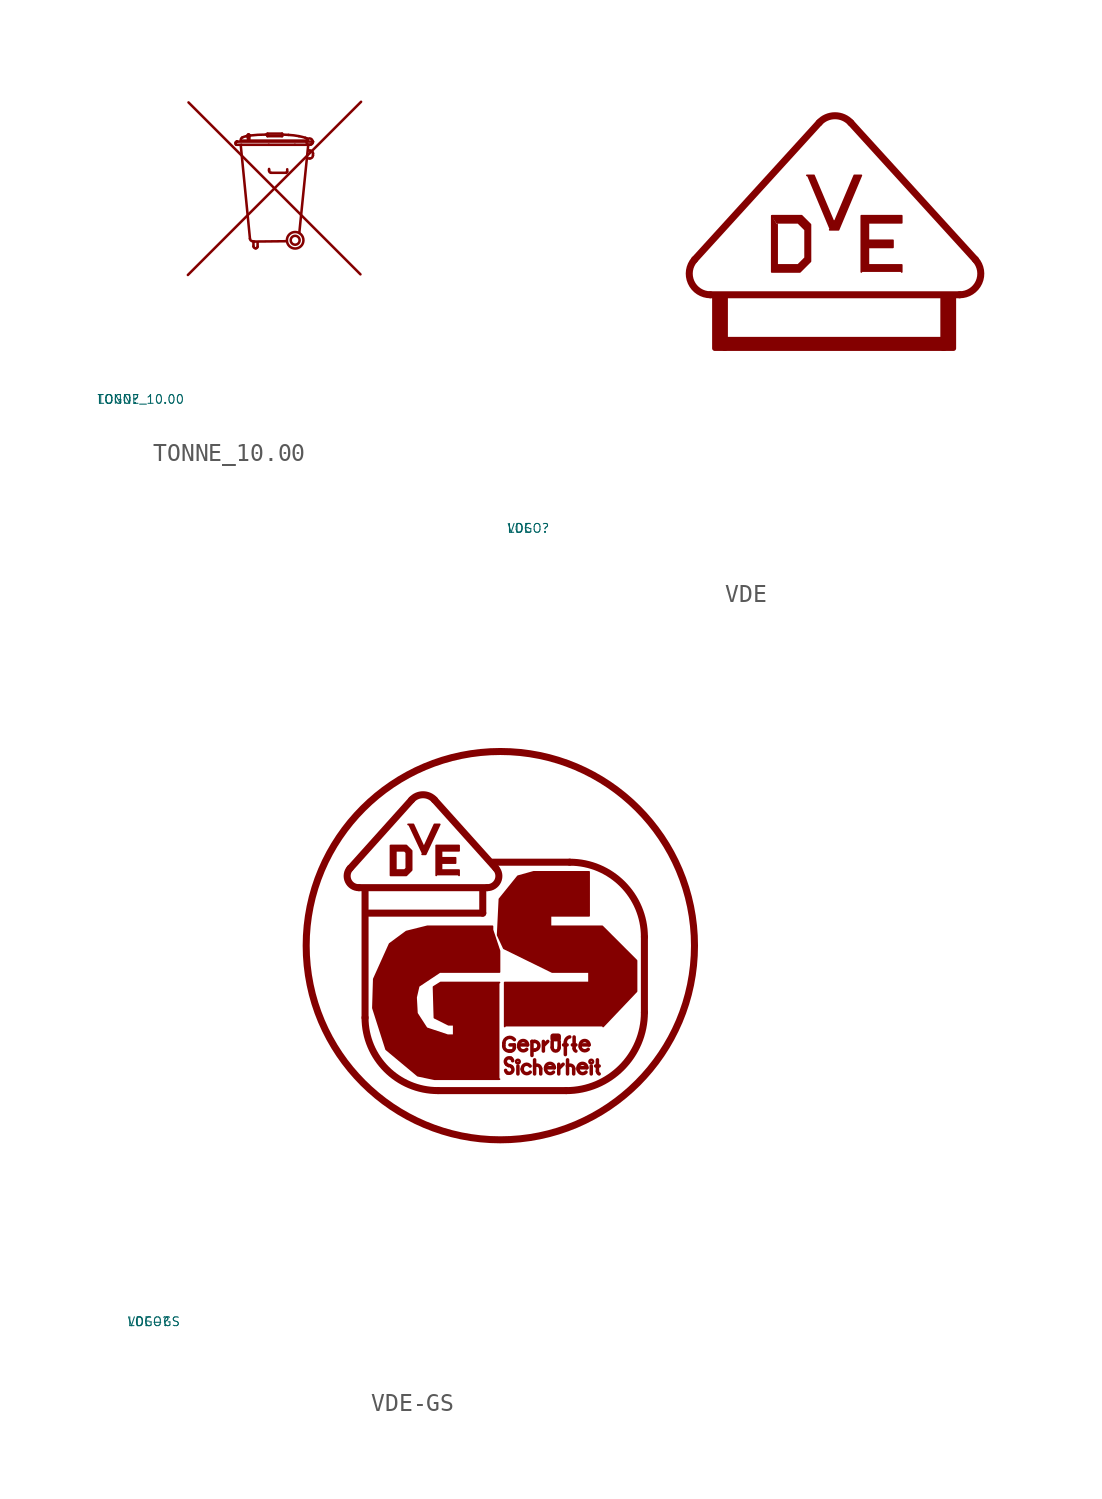
<source format=kicad_sym>
(kicad_symbol_lib
  (version 20220914)
  (generator Eagle2Kicad)
  (symbol "TONNE_10.00"
    (property "Reference" "LOGO"
      (at -10 -10 0)
      (effects (font (size 0.5 0.5) (thickness 0.06)) (justify left)))
    (property "Value" "TONNE_10.00"
      (at -10 -10 0)
      (effects (font (size 0.5 0.5) (thickness 0.06)) (justify left)))
    (polyline
      (pts (xy -4.814 -2.932) (xy 5.031 6.913))
      (stroke (width 0.145) (type default))
      (fill (type none)))
    (polyline
      (pts (xy -4.778 6.877) (xy 4.995 -2.896))
      (stroke (width 0.145) (type default))
      (fill (type none)))
    (polyline
      (pts (xy -0.29 5.049) (xy -0.38 5.049))
      (stroke (width 0.145) (type default))
      (fill (type none)))
    (arc
      (start -0.38 5.0491)
      (mid -0.833 5.036)
      (end -1.2849 4.9948)
      (stroke (width 0.1448) (type default))
      (fill (type none)))
    (arc
      (start -1.2849 4.9948)
      (mid -1.394 4.979)
      (end -1.5021 4.9586)
      (stroke (width 0.1448) (type default))
      (fill (type none)))
    (arc
      (start -1.5021 4.9586)
      (mid -1.613 4.928)
      (end -1.7192 4.8862)
      (stroke (width 0.1448) (type default))
      (fill (type none)))
    (arc
      (start -1.7192 4.8862)
      (mid -1.796 4.812)
      (end -1.8097 4.7052)
      (stroke (width 0.1448) (type default))
      (fill (type none)))
    (polyline
      (pts (xy -1.393 4.741) (xy -1.412 4.922))
      (stroke (width 0.145) (type default))
      (fill (type none)))
    (arc
      (start -1.4116 5.031)
      (mid -1.414 4.977)
      (end -1.4116 4.9224)
      (stroke (width 0.1448) (type default))
      (fill (type none)))
    (arc
      (start -1.3211 5.031)
      (mid -1.366 5.072)
      (end -1.4116 5.031)
      (stroke (width 0.1448) (type default))
      (fill (type none)))
    (arc
      (start -1.3211 4.7595)
      (mid -1.314 4.895)
      (end -1.3211 5.031)
      (stroke (width 0.1448) (type default))
      (fill (type none)))
    (polyline
      (pts (xy 0.561 5.049) (xy 0.905 5.031))
      (stroke (width 0.145) (type default))
      (fill (type none)))
    (arc
      (start 1.5021 4.9586)
      (mid 1.205 5.005)
      (end 0.9049 5.031)
      (stroke (width 0.1448) (type default))
      (fill (type none)))
    (arc
      (start 1.864 4.8681)
      (mid 1.684 4.918)
      (end 1.5021 4.9586)
      (stroke (width 0.1448) (type default))
      (fill (type none)))
    (arc
      (start 1.9726 4.8138)
      (mid 1.921 4.845)
      (end 1.864 4.8681)
      (stroke (width 0.1448) (type default))
      (fill (type none)))
    (arc
      (start 2.0088 4.7052)
      (mid 2.008 4.765)
      (end 1.9726 4.8138)
      (stroke (width 0.1448) (type default))
      (fill (type none)))
    (polyline
      (pts (xy 1.954 4.705) (xy -1.792 4.705))
      (stroke (width 0.145) (type default))
      (fill (type none)))
    (polyline
      (pts (xy -2.027 4.651) (xy -2.009 4.651))
      (stroke (width 0.145) (type default))
      (fill (type none)))
    (polyline
      (pts (xy -2.009 4.651) (xy 2.298 4.651))
      (stroke (width 0.145) (type default))
      (fill (type none)))
    (polyline
      (pts (xy 2.298 4.651) (xy 2.298 4.633))
      (stroke (width 0.145) (type default))
      (fill (type none)))
    (arc
      (start 2.1355 4.47)
      (mid 2.251 4.518)
      (end 2.2983 4.6328)
      (stroke (width 0.1448) (type default))
      (fill (type none)))
    (polyline
      (pts (xy 2.135 4.47) (xy 1.267 4.47))
      (stroke (width 0.145) (type default))
      (fill (type none)))
    (polyline
      (pts (xy 1.267 4.47) (xy -0.217 4.47))
      (stroke (width 0.145) (type default))
      (fill (type none)))
    (polyline
      (pts (xy -0.217 4.47) (xy -1.774 4.47))
      (stroke (width 0.145) (type default))
      (fill (type none)))
    (polyline
      (pts (xy -1.774 4.47) (xy -2.063 4.47))
      (stroke (width 0.145) (type default))
      (fill (type none)))
    (arc
      (start -2.0993 4.5062)
      (mid -2.089 4.481)
      (end -2.0631 4.47)
      (stroke (width 0.1448) (type default))
      (fill (type none)))
    (polyline
      (pts (xy -2.099 4.506) (xy -2.099 4.561))
      (stroke (width 0.145) (type default))
      (fill (type none)))
    (polyline
      (pts (xy -2.099 4.561) (xy -2.099 4.597))
      (stroke (width 0.145) (type default))
      (fill (type none)))
    (arc
      (start -2.045 4.6509)
      (mid -2.083 4.635)
      (end -2.0993 4.5967)
      (stroke (width 0.1448) (type default))
      (fill (type none)))
    (polyline
      (pts (xy -2.045 4.651) (xy -2.027 4.651))
      (stroke (width 0.145) (type default))
      (fill (type none)))
    (polyline
      (pts (xy -2.027 4.651) (xy -2.009 4.651))
      (stroke (width 0.145) (type default))
      (fill (type none)))
    (polyline
      (pts (xy -1.81 4.452) (xy -1.285 -0.869))
      (stroke (width 0.145) (type default))
      (fill (type none)))
    (arc
      (start -1.2849 -0.8687)
      (mid -1.238 -0.967)
      (end -1.1401 -1.0134)
      (stroke (width 0.1448) (type default))
      (fill (type none)))
    (arc
      (start -1.0315 -1.0315)
      (mid -1.085 -1.021)
      (end -1.1401 -1.0134)
      (stroke (width 0.1448) (type default))
      (fill (type none)))
    (polyline
      (pts (xy -1.032 -1.032) (xy 0.796 -1.013))
      (stroke (width 0.145) (type default))
      (fill (type none)))
    (polyline
      (pts (xy -1.086 -1.068) (xy -1.086 -1.303))
      (stroke (width 0.145) (type default))
      (fill (type none)))
    (arc
      (start -1.0858 -1.303)
      (mid -1.054 -1.380)
      (end -0.9772 -1.4116)
      (stroke (width 0.1448) (type default))
      (fill (type none)))
    (polyline
      (pts (xy -0.977 -1.412) (xy -0.941 -1.412))
      (stroke (width 0.145) (type default))
      (fill (type none)))
    (arc
      (start -0.941 -1.4116)
      (mid -0.877 -1.385)
      (end -0.8506 -1.3211)
      (stroke (width 0.1448) (type default))
      (fill (type none)))
    (polyline
      (pts (xy -0.851 -1.321) (xy -0.851 -1.068))
      (stroke (width 0.145) (type default))
      (fill (type none)))
    (polyline
      (pts (xy 1.52 -0.543) (xy 2.027 4.452))
      (stroke (width 0.145) (type default))
      (fill (type none)))
    (polyline
      (pts (xy 1.991 3.692) (xy 2.117 3.692))
      (stroke (width 0.145) (type default))
      (fill (type none)))
    (arc
      (start 2.1174 3.6918)
      (mid 2.245 3.745)
      (end 2.2983 3.8728)
      (stroke (width 0.1448) (type default))
      (fill (type none)))
    (polyline
      (pts (xy 2.298 3.873) (xy 2.298 3.981))
      (stroke (width 0.145) (type default))
      (fill (type none)))
    (arc
      (start 2.2983 3.9814)
      (mid 2.237 4.110)
      (end 2.0993 4.1442)
      (stroke (width 0.1448) (type default))
      (fill (type none)))
    (arc
      (start 2.0269 4.1442)
      (mid 2.063 4.141)
      (end 2.0993 4.1442)
      (stroke (width 0.1448) (type default))
      (fill (type none)))
    (polyline
      (pts (xy -0.199 3.095) (xy -0.199 3.04))
      (stroke (width 0.145) (type default))
      (fill (type none)))
    (polyline
      (pts (xy -0.199 3.04) (xy -0.199 2.986))
      (stroke (width 0.145) (type default))
      (fill (type none)))
    (arc
      (start -0.1991 2.986)
      (mid -0.167 2.909)
      (end -0.0905 2.8774)
      (stroke (width 0.1448) (type default))
      (fill (type none)))
    (polyline
      (pts (xy -0.09 2.877) (xy 0.76 2.877))
      (stroke (width 0.145) (type default))
      (fill (type none)))
    (arc
      (start 0.7601 2.8774)
      (mid 0.811 2.899)
      (end 0.8325 2.9498)
      (stroke (width 0.1448) (type default))
      (fill (type none)))
    (polyline
      (pts (xy 0.833 2.95) (xy 0.833 3.076))
      (stroke (width 0.145) (type default))
      (fill (type none)))
    (polyline
      (pts (xy -0.29 5.103) (xy 0.543 5.103))
      (stroke (width 0.145) (type default))
      (fill (type none)))
    (polyline
      (pts (xy 0.543 5.103) (xy 0.543 4.959))
      (stroke (width 0.145) (type default))
      (fill (type none)))
    (polyline
      (pts (xy 0.543 4.959) (xy -0.29 4.959))
      (stroke (width 0.145) (type default))
      (fill (type none)))
    (polyline
      (pts (xy -0.29 4.959) (xy -0.29 5.103))
      (stroke (width 0.145) (type default))
      (fill (type none)))
    (circle
      (center 1.285 -0.959)
      (radius 0.47)
      (stroke (width 0.145) (type default))
      (fill (type none)))
    (circle
      (center 1.285 -0.959)
      (radius 0.253)
      (stroke (width 0.145) (type default))
      (fill (type none)))
    (circle
      (center 2.099 4.651)
      (radius 0.181)
      (stroke (width 0.145) (type default))
      (fill (type none))))
  (symbol "VDE"
    (property "Reference" "LOGO"
      (at -10 -10 0)
      (effects (font (size 0.5 0.5) (thickness 0.06)) (justify left)))
    (property "Value" "VDE"
      (at -10 -10 0)
      (effects (font (size 0.5 0.5) (thickness 0.06)) (justify left)))
    (polyline
      (pts (xy 7.1 10.1) (xy 7.5 10.1) (xy 8.6 7.5) (xy 8.7 7.5) (xy 9.8 10.1) (xy 10.2 10.1) (xy 8.9 7) (xy 8.4 7))
      (stroke (width 0.1) (type default))
      (fill (type outline)))
    (polyline
      (pts (xy 5.1 7.8) (xy 5.1 4.6) (xy 6.7 4.6) (xy 7.3 5.2) (xy 7.3 7.3) (xy 6.8 7.8) (xy 5.125 7.8) (xy 5.4 7.4) (xy 6.6 7.4) (xy 7 7) (xy 7 5.4) (xy 6.6 5) (xy 5.4 5) (xy 5.4 7.3))
      (stroke (width 0.1) (type default))
      (fill (type outline)))
    (polyline
      (pts (xy 10.2 4.6) (xy 10.2 7.8) (xy 12.5 7.8) (xy 12.5 7.4) (xy 10.6 7.4) (xy 10.6 6.4) (xy 12 6.4) (xy 12 6) (xy 10.6 6) (xy 10.6 5) (xy 12.5 5) (xy 12.5 4.6))
      (stroke (width 0.1) (type default))
      (fill (type outline)))
    (polyline
      (pts (xy 1.6 3.3) (xy 15.8 3.3))
      (stroke (width 0.4) (type default))
      (fill (type none)))
    (arc
      (start 15.8 3.3)
      (mid 16.897 4.009)
      (end 16.7 5.3)
      (stroke (width 0.4) (type default))
      (fill (type none)))
    (polyline
      (pts (xy 16.7 5.3) (xy 9.6 13.1))
      (stroke (width 0.4) (type default))
      (fill (type none)))
    (arc
      (start 9.6 13.1)
      (mid 8.700 13.498)
      (end 7.8 13.1)
      (stroke (width 0.4) (type default))
      (fill (type none)))
    (polyline
      (pts (xy 7.8 13.1) (xy 0.7 5.3))
      (stroke (width 0.4) (type default))
      (fill (type none)))
    (arc
      (start 0.7 5.3)
      (mid 0.503 4.009)
      (end 1.6 3.3)
      (stroke (width 0.4) (type default))
      (fill (type none)))
    (rectangle
      (start 1.85 0.25)
      (end 2.45 3.15)
      (stroke (width 0.3) (type default))
      (fill (type outline)))
    (rectangle
      (start 2.4 0.25)
      (end 14.925 0.75)
      (stroke (width 0.3) (type default))
      (fill (type outline)))
    (rectangle
      (start 14.85 0.25)
      (end 15.45 3.15)
      (stroke (width 0.3) (type default))
      (fill (type outline))))
  (symbol "VDE-GS"
    (property "Reference" "LOGO"
      (at -10 -10 0)
      (effects (font (size 0.5 0.5) (thickness 0.06)) (justify left)))
    (property "Value" "VDE-GS"
      (at -10 -10 0)
      (effects (font (size 0.5 0.5) (thickness 0.06)) (justify left)))
    (polyline
      (pts (xy 6 18.3) (xy 6.3 18.3) (xy 6.9 17) (xy 7.5 18.3) (xy 7.8 18.3) (xy 7 16.6) (xy 6.8 16.6))
      (stroke (width 0.1) (type default))
      (fill (type outline)))
    (polyline
      (pts (xy 5 17.1) (xy 5 15.4) (xy 5.9 15.4) (xy 6.2 15.7) (xy 6.2 16.8) (xy 5.9 17.1) (xy 5.025 17.1) (xy 5.325 16.8) (xy 5.8 16.8) (xy 5.9 16.7) (xy 5.9 15.8) (xy 5.8 15.7) (xy 5.3 15.7) (xy 5.3 16.8))
      (stroke (width 0.1) (type default))
      (fill (type outline)))
    (polyline
      (pts (xy 7.6 15.4) (xy 7.6 17.1) (xy 8.9 17.1) (xy 8.9 16.8) (xy 7.9 16.8) (xy 7.9 16.4) (xy 8.7 16.4) (xy 8.7 16.1) (xy 7.9 16.1) (xy 7.9 15.7) (xy 8.9 15.7) (xy 8.9 15.4))
      (stroke (width 0.1) (type default))
      (fill (type outline)))
    (polyline
      (pts (xy 11.2 3.8) (xy 7.5 3.8) (xy 6.55 4) (xy 4.75 5.5) (xy 4 7.85) (xy 4.05 9.5) (xy 4.95 11.5) (xy 5.9 12.2) (xy 7.1 12.5) (xy 10.8 12.5) (xy 10.8 12.3) (xy 11.2 11.1) (xy 11.2 9.9) (xy 7.8 9.9) (xy 6.6 9.1) (xy 6.45 8.45) (xy 6.5 7.55) (xy 7.05 6.7) (xy 8.25 6.3) (xy 8.6 6.3) (xy 8.6 6.9) (xy 8.3 6.9) (xy 7.5 7.3) (xy 7.45 9.05) (xy 7.85 9.3) (xy 11.2 9.3))
      (stroke (width 0.1) (type default))
      (fill (type outline)))
    (polyline
      (pts (xy 11.5 6.8) (xy 11.5 9.3) (xy 16.25 9.3) (xy 16.3 9.3) (xy 16.3 9.9) (xy 14.2 9.9) (xy 11.45 11.25) (xy 11.1 12) (xy 11.2 14.05) (xy 12.25 15.35) (xy 13.15 15.6) (xy 16.3 15.6) (xy 16.3 13.1) (xy 14.15 13.1) (xy 14.1 13.1) (xy 14.1 12.5) (xy 17.05 12.5) (xy 19 10.55) (xy 19 8.8) (xy 17.1 6.8))
      (stroke (width 0.1) (type default))
      (fill (type outline)))
    (polyline
      (pts (xy 3.2 14.7) (xy 10.5 14.7))
      (stroke (width 0.4) (type default))
      (fill (type none)))
    (arc
      (start 10.5 14.7)
      (mid 11.104 15.089)
      (end 11 15.8)
      (stroke (width 0.4) (type default))
      (fill (type none)))
    (polyline
      (pts (xy 11 15.8) (xy 7.5 19.7))
      (stroke (width 0.4) (type default))
      (fill (type none)))
    (polyline
      (pts (xy 6.2 19.7) (xy 2.7 15.8))
      (stroke (width 0.4) (type default))
      (fill (type none)))
    (arc
      (start 2.7 15.8)
      (mid 2.596 15.089)
      (end 3.2 14.7)
      (stroke (width 0.4) (type default))
      (fill (type none)))
    (arc
      (start 7.5 19.7)
      (mid 6.850 19.990)
      (end 6.2 19.7)
      (stroke (width 0.4) (type default))
      (fill (type none)))
    (polyline
      (pts (xy 3.55 14.5) (xy 3.55 7.3))
      (stroke (width 0.4) (type default))
      (fill (type none)))
    (arc
      (start 3.55 7.3)
      (mid 4.766 4.366)
      (end 7.7 3.15)
      (stroke (width 0.4) (type default))
      (fill (type none)))
    (polyline
      (pts (xy 7.7 3.15) (xy 15 3.15))
      (stroke (width 0.4) (type default))
      (fill (type none)))
    (arc
      (start 15 3.15)
      (mid 18.147 4.453)
      (end 19.45 7.6)
      (stroke (width 0.4) (type default))
      (fill (type none)))
    (polyline
      (pts (xy 19.45 7.6) (xy 19.45 11.9))
      (stroke (width 0.4) (type default))
      (fill (type none)))
    (arc
      (start 19.45 11.9)
      (mid 18.205 14.905)
      (end 15.2 16.15)
      (stroke (width 0.4) (type default))
      (fill (type none)))
    (polyline
      (pts (xy 15.2 16.15) (xy 10.8 16.15))
      (stroke (width 0.4) (type default))
      (fill (type none)))
    (polyline
      (pts (xy 3.75 13.25) (xy 10.25 13.25))
      (stroke (width 0.4) (type default))
      (fill (type none)))
    (polyline
      (pts (xy 10.25 13.25) (xy 10.25 14.6))
      (stroke (width 0.4) (type default))
      (fill (type none)))
    (polyline
      (pts (xy 11.8 5.75) (xy 12.05 5.75))
      (stroke (width 0.2) (type default))
      (fill (type none)))
    (polyline
      (pts (xy 12.05 5.75) (xy 12.05 5.6))
      (stroke (width 0.2) (type default))
      (fill (type none)))
    (arc
      (start 11.85 5.4)
      (mid 11.991 5.459)
      (end 12.05 5.6)
      (stroke (width 0.2) (type default))
      (fill (type none)))
    (polyline
      (pts (xy 11.85 5.4) (xy 11.75 5.4))
      (stroke (width 0.2) (type default))
      (fill (type none)))
    (arc
      (start 11.45 5.7)
      (mid 11.538 5.488)
      (end 11.75 5.4)
      (stroke (width 0.2) (type default))
      (fill (type none)))
    (polyline
      (pts (xy 11.45 5.7) (xy 11.45 5.85))
      (stroke (width 0.2) (type default))
      (fill (type none)))
    (arc
      (start 12.05 6.05)
      (mid 11.678 6.166)
      (end 11.45 5.85)
      (stroke (width 0.2) (type default))
      (fill (type none)))
    (polyline
      (pts (xy 12.45 5.75) (xy 12.8 5.75))
      (stroke (width 0.2) (type default))
      (fill (type none)))
    (arc
      (start 12.8 5.75)
      (mid 12.550 6.000)
      (end 12.3 5.75)
      (stroke (width 0.2) (type default))
      (fill (type none)))
    (polyline
      (pts (xy 12.3 5.75) (xy 12.3 5.65))
      (stroke (width 0.2) (type default))
      (fill (type none)))
    (arc
      (start 12.3 5.65)
      (mid 12.476 5.429)
      (end 12.75 5.5)
      (stroke (width 0.2) (type default))
      (fill (type none)))
    (polyline
      (pts (xy 13.05 5.95) (xy 13.05 5.15))
      (stroke (width 0.2) (type default))
      (fill (type none)))
    (polyline
      (pts (xy 13.05 5.95) (xy 13.2 5.95))
      (stroke (width 0.2) (type default))
      (fill (type none)))
    (arc
      (start 13.2 5.45)
      (mid 13.450 5.700)
      (end 13.2 5.95)
      (stroke (width 0.2) (type default))
      (fill (type none)))
    (polyline
      (pts (xy 13.2 5.45) (xy 13.15 5.45))
      (stroke (width 0.2) (type default))
      (fill (type none)))
    (polyline
      (pts (xy 13.7 5.4) (xy 13.7 5.95))
      (stroke (width 0.2) (type default))
      (fill (type none)))
    (polyline
      (pts (xy 13.95 5.95) (xy 13.75 5.75))
      (stroke (width 0.2) (type default))
      (fill (type none)))
    (polyline
      (pts (xy 14.2 5.95) (xy 14.2 5.6))
      (stroke (width 0.2) (type default))
      (fill (type none)))
    (arc
      (start 14.2 5.6)
      (mid 14.400 5.400)
      (end 14.6 5.6)
      (stroke (width 0.2) (type default))
      (fill (type none)))
    (polyline
      (pts (xy 14.6 5.6) (xy 14.6 5.95))
      (stroke (width 0.2) (type default))
      (fill (type none)))
    (polyline
      (pts (xy 14.95 5.2) (xy 14.95 5.9))
      (stroke (width 0.2) (type default))
      (fill (type none)))
    (arc
      (start 15.2 6.2)
      (mid 15.021 6.095)
      (end 14.95 5.9)
      (stroke (width 0.2) (type default))
      (fill (type none)))
    (polyline
      (pts (xy 14.85 5.75) (xy 15.05 5.75))
      (stroke (width 0.2) (type default))
      (fill (type none)))
    (polyline
      (pts (xy 15.45 6.2) (xy 15.45 5.55))
      (stroke (width 0.2) (type default))
      (fill (type none)))
    (arc
      (start 15.45 5.55)
      (mid 15.477 5.460)
      (end 15.55 5.4)
      (stroke (width 0.2) (type default))
      (fill (type none)))
    (polyline
      (pts (xy 15.35 5.75) (xy 15.55 5.75))
      (stroke (width 0.2) (type default))
      (fill (type none)))
    (polyline
      (pts (xy 15.95 5.75) (xy 16.3 5.75))
      (stroke (width 0.2) (type default))
      (fill (type none)))
    (arc
      (start 16.3 5.75)
      (mid 16.050 6.000)
      (end 15.8 5.75)
      (stroke (width 0.2) (type default))
      (fill (type none)))
    (polyline
      (pts (xy 15.8 5.75) (xy 15.8 5.65))
      (stroke (width 0.2) (type default))
      (fill (type none)))
    (arc
      (start 15.8 5.65)
      (mid 15.976 5.429)
      (end 16.25 5.5)
      (stroke (width 0.2) (type default))
      (fill (type none)))
    (arc
      (start 11.6 4.65)
      (mid 11.657 4.604)
      (end 11.725 4.575)
      (stroke (width 0.2) (type default))
      (fill (type none)))
    (arc
      (start 11.85 5)
      (mid 11.570 4.936)
      (end 11.6 4.65)
      (stroke (width 0.2) (type default))
      (fill (type none)))
    (arc
      (start 11.95 4.85)
      (mid 11.918 4.937)
      (end 11.85 5)
      (stroke (width 0.2) (type default))
      (fill (type none)))
    (arc
      (start 11.65 4.15)
      (mid 11.930 4.214)
      (end 11.9 4.5)
      (stroke (width 0.2) (type default))
      (fill (type none)))
    (arc
      (start 11.55 4.3)
      (mid 11.582 4.213)
      (end 11.65 4.15)
      (stroke (width 0.2) (type default))
      (fill (type none)))
    (arc
      (start 11.9 4.5)
      (mid 11.820 4.556)
      (end 11.725 4.575)
      (stroke (width 0.2) (type default))
      (fill (type none)))
    (polyline
      (pts (xy 12.25 4.1) (xy 12.25 4.55))
      (stroke (width 0.2) (type default))
      (fill (type none)))
    (arc
      (start 12.5 4.35)
      (mid 12.676 4.129)
      (end 12.95 4.2)
      (stroke (width 0.2) (type default))
      (fill (type none)))
    (polyline
      (pts (xy 12.5 4.4) (xy 12.5 4.35))
      (stroke (width 0.2) (type default))
      (fill (type none)))
    (arc
      (start 12.95 4.55)
      (mid 12.671 4.637)
      (end 12.5 4.4)
      (stroke (width 0.2) (type default))
      (fill (type none)))
    (polyline
      (pts (xy 13.2 4.9) (xy 13.2 4.55))
      (stroke (width 0.2) (type default))
      (fill (type none)))
    (polyline
      (pts (xy 13.2 4.55) (xy 13.2 4.1))
      (stroke (width 0.2) (type default))
      (fill (type none)))
    (polyline
      (pts (xy 13.55 4.1) (xy 13.55 4.4))
      (stroke (width 0.2) (type default))
      (fill (type none)))
    (arc
      (start 13.55 4.4)
      (mid 13.421 4.583)
      (end 13.2 4.55)
      (stroke (width 0.2) (type default))
      (fill (type none)))
    (arc
      (start 13.825 4.35)
      (mid 14.001 4.129)
      (end 14.275 4.2)
      (stroke (width 0.2) (type default))
      (fill (type none)))
    (arc
      (start 14.325 4.45)
      (mid 14.075 4.700)
      (end 13.825 4.45)
      (stroke (width 0.2) (type default))
      (fill (type none)))
    (polyline
      (pts (xy 13.825 4.45) (xy 13.825 4.35))
      (stroke (width 0.2) (type default))
      (fill (type none)))
    (polyline
      (pts (xy 13.975 4.45) (xy 14.325 4.45))
      (stroke (width 0.2) (type default))
      (fill (type none)))
    (polyline
      (pts (xy 14.575 4.1) (xy 14.575 4.65))
      (stroke (width 0.2) (type default))
      (fill (type none)))
    (polyline
      (pts (xy 14.825 4.65) (xy 14.625 4.45))
      (stroke (width 0.2) (type default))
      (fill (type none)))
    (polyline
      (pts (xy 15.075 4.9) (xy 15.075 4.55))
      (stroke (width 0.2) (type default))
      (fill (type none)))
    (polyline
      (pts (xy 15.075 4.55) (xy 15.075 4.1))
      (stroke (width 0.2) (type default))
      (fill (type none)))
    (arc
      (start 15.425 4.4)
      (mid 15.296 4.583)
      (end 15.075 4.55)
      (stroke (width 0.2) (type default))
      (fill (type none)))
    (polyline
      (pts (xy 15.425 4.1) (xy 15.425 4.4))
      (stroke (width 0.2) (type default))
      (fill (type none)))
    (arc
      (start 15.675 4.35)
      (mid 15.851 4.129)
      (end 16.125 4.2)
      (stroke (width 0.2) (type default))
      (fill (type none)))
    (polyline
      (pts (xy 15.675 4.45) (xy 15.675 4.35))
      (stroke (width 0.2) (type default))
      (fill (type none)))
    (arc
      (start 16.175 4.45)
      (mid 15.925 4.700)
      (end 15.675 4.45)
      (stroke (width 0.2) (type default))
      (fill (type none)))
    (polyline
      (pts (xy 15.825 4.45) (xy 16.175 4.45))
      (stroke (width 0.2) (type default))
      (fill (type none)))
    (polyline
      (pts (xy 16.425 4.1) (xy 16.425 4.55))
      (stroke (width 0.2) (type default))
      (fill (type none)))
    (polyline
      (pts (xy 16.775 4.9) (xy 16.775 4.25))
      (stroke (width 0.2) (type default))
      (fill (type none)))
    (arc
      (start 16.775 4.25)
      (mid 16.802 4.160)
      (end 16.875 4.1)
      (stroke (width 0.2) (type default))
      (fill (type none)))
    (polyline
      (pts (xy 16.675 4.55) (xy 16.875 4.55))
      (stroke (width 0.2) (type default))
      (fill (type none)))
    (circle
      (center 11.25 11.4)
      (radius 11.051)
      (stroke (width 0.4) (type default))
      (fill (type none)))
    (circle
      (center 12.25 4.8)
      (radius 0.1)
      (stroke (width 0) (type default))
      (fill (type none)))
    (circle
      (center 16.425 4.8)
      (radius 0.1)
      (stroke (width 0) (type default))
      (fill (type none)))
    (rectangle
      (start 14.25 6.1)
      (end 14.35 6.25)
      (stroke (width 0.3) (type default))
      (fill (type outline)))
    (rectangle
      (start 14.45 6.1)
      (end 14.55 6.25)
      (stroke (width 0.3) (type default))
      (fill (type outline)))))
</source>
